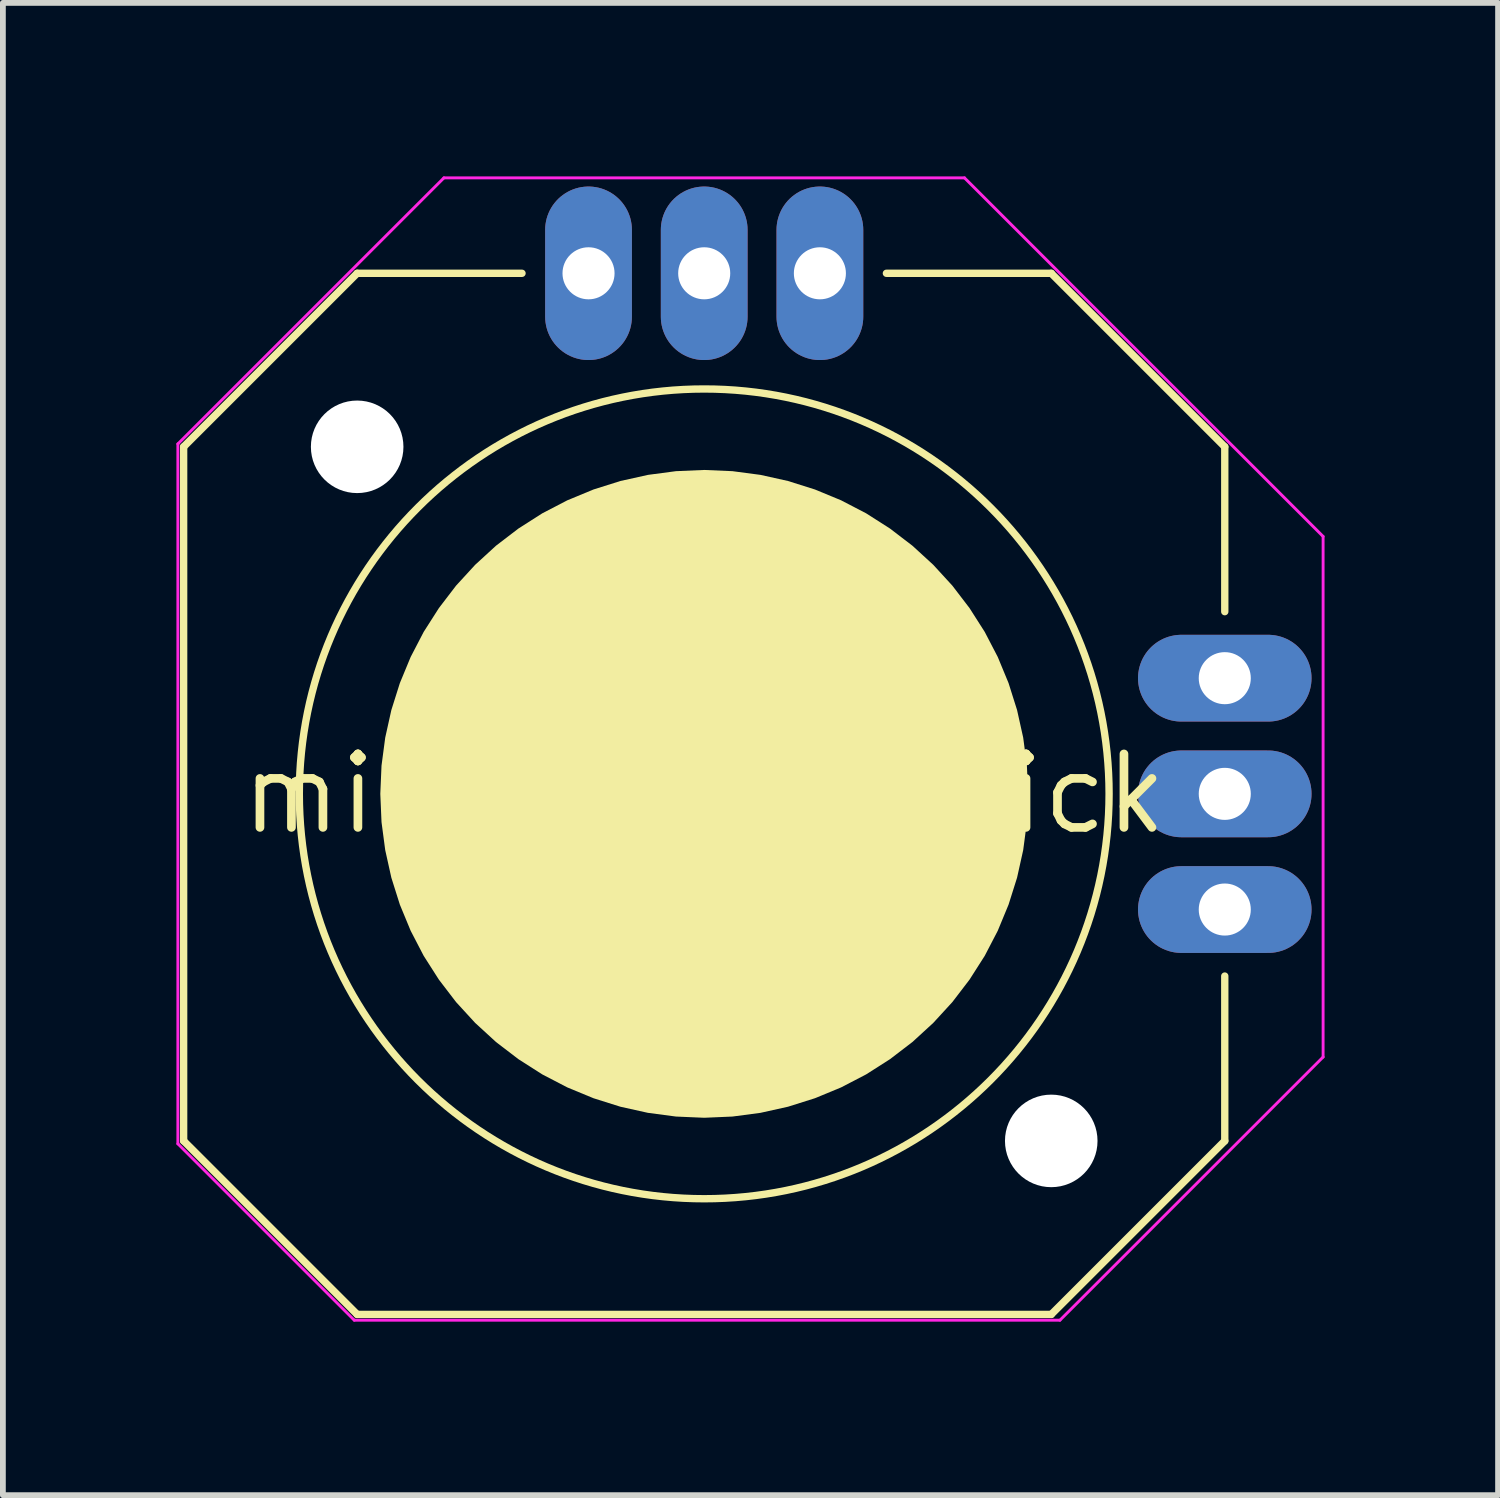
<source format=kicad_pcb>
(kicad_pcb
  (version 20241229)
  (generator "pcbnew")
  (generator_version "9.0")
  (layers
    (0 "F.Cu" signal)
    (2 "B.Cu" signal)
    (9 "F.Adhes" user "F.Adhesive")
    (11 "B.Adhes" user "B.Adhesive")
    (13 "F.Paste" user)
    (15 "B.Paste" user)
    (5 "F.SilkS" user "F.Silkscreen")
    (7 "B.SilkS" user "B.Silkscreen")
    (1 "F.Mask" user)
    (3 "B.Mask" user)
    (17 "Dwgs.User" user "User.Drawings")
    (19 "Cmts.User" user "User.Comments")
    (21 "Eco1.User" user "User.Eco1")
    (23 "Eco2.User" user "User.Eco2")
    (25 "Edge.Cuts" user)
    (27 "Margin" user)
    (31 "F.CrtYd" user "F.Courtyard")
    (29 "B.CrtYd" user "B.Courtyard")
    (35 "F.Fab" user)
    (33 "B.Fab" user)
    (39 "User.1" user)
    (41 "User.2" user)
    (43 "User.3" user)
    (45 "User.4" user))
  (footprint "mini-thumbstick"
    (layer "F.Cu")
    (at 9.125 10.675)
    (property "Reference" "mini-thumbstick" (at 0 0 0) (layer "F.SilkS") (effects (font (size 1.27 1.27) (thickness 0.15))))
    (attr through_hole)
    (fp_line (start -9 -6) (end -6 -9) (stroke (width 0.127) (type solid)) (layer "F.SilkS"))
    (fp_line (start -9 6) (end -9 -6) (stroke (width 0.127) (type solid)) (layer "F.SilkS"))
    (fp_line (start -6 9) (end -9 6) (stroke (width 0.127) (type solid)) (layer "F.SilkS"))
    (fp_line (start -3.15 -9) (end -6 -9) (stroke (width 0.127) (type solid)) (layer "F.SilkS"))
    (fp_line (start 3.15 -9) (end 6 -9) (stroke (width 0.127) (type solid)) (layer "F.SilkS"))
    (fp_line (start 6 -9) (end 9 -6) (stroke (width 0.127) (type solid)) (layer "F.SilkS"))
    (fp_line (start 6 9) (end -6 9) (stroke (width 0.127) (type solid)) (layer "F.SilkS"))
    (fp_line (start 9 -6) (end 9 -3.15) (stroke (width 0.127) (type solid)) (layer "F.SilkS"))
    (fp_line (start 9 3.15) (end 9 6) (stroke (width 0.127) (type solid)) (layer "F.SilkS"))
    (fp_line (start 9 6) (end 6 9) (stroke (width 0.127) (type solid)) (layer "F.SilkS"))
    (fp_circle (center 0 0) (end 7 0) (stroke (width 0.127) (type solid)) (fill no) (layer "F.SilkS"))
    (fp_poly (pts (xy 0 -5.6) (xy 0.488 -5.579) (xy 0.972 -5.515) (xy 1.449 -5.409) (xy 1.915 -5.262) (xy 2.367 -5.075) (xy 2.8 -4.85) (xy 3.212 -4.587) (xy 3.6 -4.29) (xy 3.96 -3.96) (xy 4.29 -3.6) (xy 4.587 -3.212) (xy 4.85 -2.8) (xy 5.075 -2.367) (xy 5.262 -1.915) (xy 5.409 -1.449) (xy 5.515 -0.972) (xy 5.579 -0.488) (xy 5.6 0) (xy 5.579 0.488) (xy 5.515 0.972) (xy 5.409 1.449) (xy 5.262 1.915) (xy 5.075 2.367) (xy 4.85 2.8) (xy 4.587 3.212) (xy 4.29 3.6) (xy 3.96 3.96) (xy 3.6 4.29) (xy 3.212 4.587) (xy 2.8 4.85) (xy 2.367 5.075) (xy 1.915 5.262) (xy 1.449 5.409) (xy 0.972 5.515) (xy 0.488 5.579) (xy 0 5.6) (xy -0.488 5.579) (xy -0.972 5.515) (xy -1.449 5.409) (xy -1.915 5.262) (xy -2.367 5.075) (xy -2.8 4.85) (xy -3.212 4.587) (xy -3.6 4.29) (xy -3.96 3.96) (xy -4.29 3.6) (xy -4.587 3.212) (xy -4.85 2.8) (xy -5.075 2.367) (xy -5.262 1.915) (xy -5.409 1.449) (xy -5.515 0.972) (xy -5.579 0.488) (xy -5.6 0) (xy -5.579 -0.488) (xy -5.515 -0.972) (xy -5.409 -1.449) (xy -5.262 -1.915) (xy -5.075 -2.367) (xy -4.85 -2.8) (xy -4.587 -3.212) (xy -4.29 -3.6) (xy -3.96 -3.96) (xy -3.6 -4.29) (xy -3.212 -4.587) (xy -2.8 -4.85) (xy -2.367 -5.075) (xy -1.915 -5.262) (xy -1.449 -5.409) (xy -0.972 -5.515) (xy -0.488 -5.579)) (stroke (width 0) (type solid)) (fill yes) (layer "F.SilkS"))
    (fp_line (start -9.1 -6.05) (end -9.1 6.05) (stroke (width 0.05) (type solid)) (layer "F.CrtYd"))
    (fp_line (start -9.1 -6.05) (end -4.5 -10.65) (stroke (width 0.05) (type solid)) (layer "F.CrtYd"))
    (fp_line (start -6.05 9.1) (end -9.1 6.05) (stroke (width 0.05) (type solid)) (layer "F.CrtYd"))
    (fp_line (start -6.05 9.1) (end 6.15 9.1) (stroke (width 0.05) (type solid)) (layer "F.CrtYd"))
    (fp_line (start 4.5 -10.65) (end -4.5 -10.65) (stroke (width 0.05) (type solid)) (layer "F.CrtYd"))
    (fp_line (start 4.5 -10.65) (end 10.7 -4.45) (stroke (width 0.05) (type solid)) (layer "F.CrtYd"))
    (fp_line (start 10.7 4.55) (end 6.15 9.1) (stroke (width 0.05) (type solid)) (layer "F.CrtYd"))
    (fp_line (start 10.7 4.55) (end 10.7 -4.45) (stroke (width 0.05) (type solid)) (layer "F.CrtYd"))
    (pad "" np_thru_hole circle (at -6 -6) (size 1.6 1.6) (drill 1.6) (layers "*.Cu" "*.Mask"))
    (pad "" np_thru_hole circle (at 6 6) (size 1.6 1.6) (drill 1.6) (layers "*.Cu" "*.Mask"))
    (pad "1" thru_hole oval (at -2 -9 90) (size 3 1.5) (drill 0.9) (layers "*.Cu" "*.Mask"))
    (pad "2" thru_hole oval (at 0 -9 90) (size 3 1.5) (drill 0.9) (layers "*.Cu" "*.Mask"))
    (pad "3" thru_hole oval (at 2 -9 90) (size 3 1.5) (drill 0.9) (layers "*.Cu" "*.Mask"))
    (pad "4" thru_hole oval (at 9 -2) (size 3 1.5) (drill 0.9) (layers "*.Cu" "*.Mask"))
    (pad "5" thru_hole oval (at 9 0) (size 3 1.5) (drill 0.9) (layers "*.Cu" "*.Mask"))
    (pad "6" thru_hole oval (at 9 2) (size 3 1.5) (drill 0.9) (layers "*.Cu" "*.Mask")))
  (gr_rect
    (start -3 -3)
    (end 22.85 22.8)
    (stroke (width 0.1) (type default))
    (fill no)
    (layer "Edge.Cuts")))
</source>
